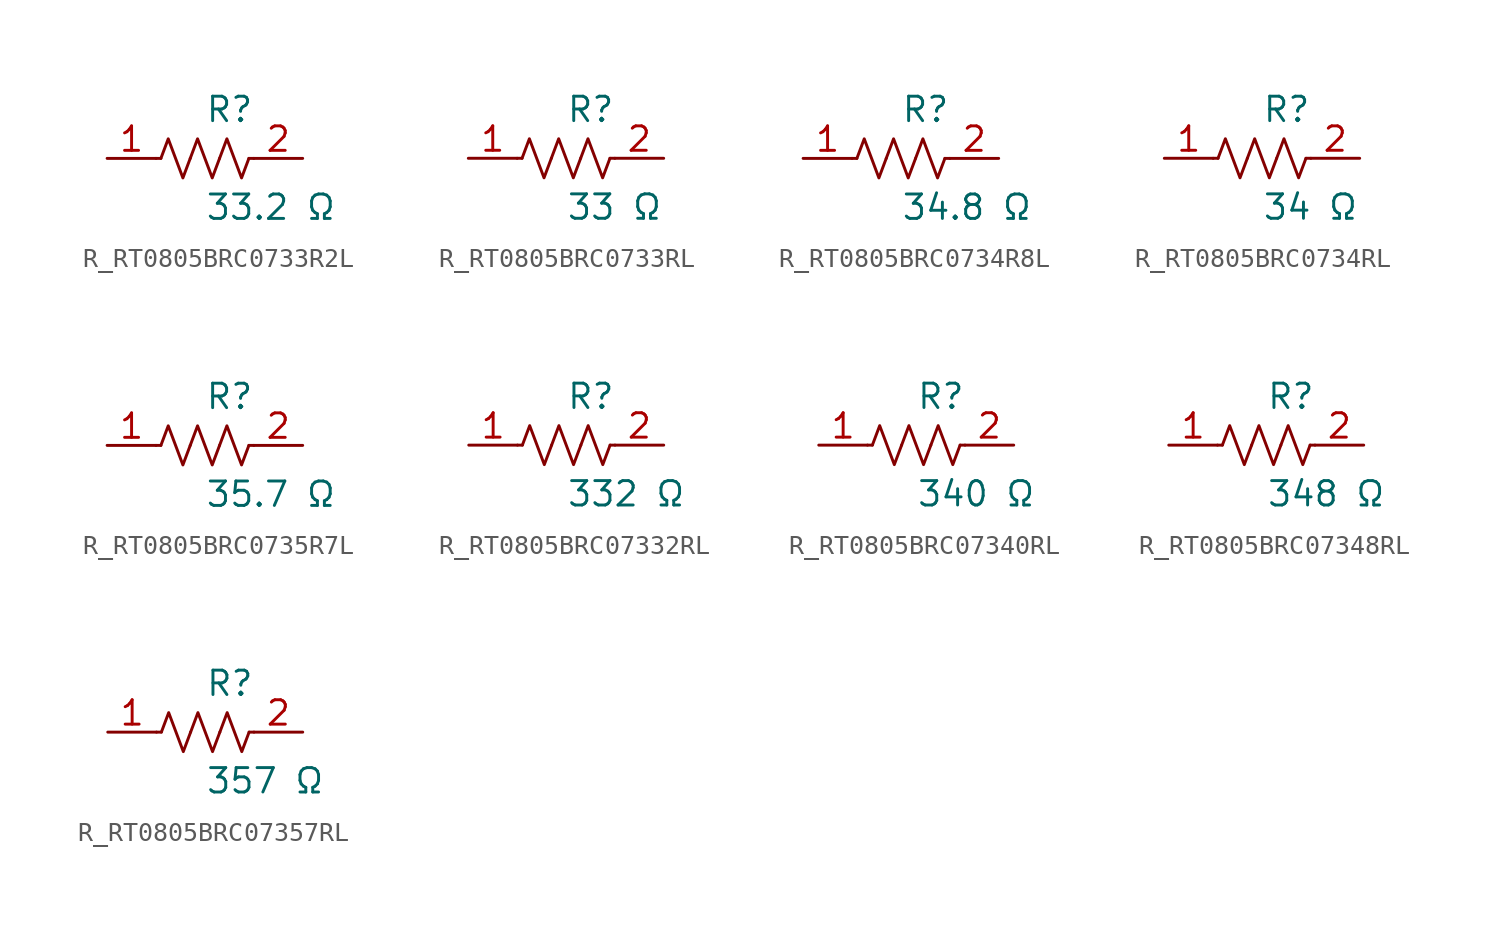
<source format=kicad_sym>
(kicad_symbol_lib
  (version 20231120)
  (generator kicad_symbol_editor)
  (generator_version 8.0)
  (symbol "R_RT0805BRC0733R2L"
    (pin_names
      (offset 0.254))
    (property "Reference" "R"
      (at 0.0 2.54 0)
      (effects (font (size 1.27 1.27)) (justify left)))
    (property "Value" "33.2 Ω"
      (at 0.0 -2.54 0)
      (effects (font (size 1.27 1.27)) (justify left)))
    (symbol "R_RT0805BRC0733R2L_0_1"
      (polyline (pts (xy 2.286 0) (xy 2.54 0)) (stroke (width 0) (type default)) (fill (type none)))
      (polyline (pts (xy -2.286 0) (xy -2.54 0)) (stroke (width 0) (type default)) (fill (type none)))
      (polyline (pts (xy 0.762 0) (xy 1.143 1.016) (xy 1.524 0) (xy 1.905 -1.016) (xy 2.286 0)) (stroke (width 0) (type default)) (fill (type none)))
      (polyline (pts (xy -0.762 0) (xy -0.381 1.016) (xy 0 0) (xy 0.381 -1.016) (xy 0.762 0)) (stroke (width 0) (type default)) (fill (type none)))
      (polyline (pts (xy -2.286 0) (xy -1.905 1.016) (xy -1.524 0) (xy -1.143 -1.016) (xy -0.762 0)) (stroke (width 0) (type default)) (fill (type none))))
    (pin unspecified line
      (at -5.08 0 0)
      (length 2.54)
      (name "" (effects (font (size 1.27 1.27))))
      (number "1" (effects (font (size 1.27 1.27)))))
    (pin unspecified line
      (at 5.08 0 180)
      (length 2.54)
      (name "" (effects (font (size 1.27 1.27))))
      (number "2" (effects (font (size 1.27 1.27))))))
  (symbol "R_RT0805BRC0733RL"
    (pin_names
      (offset 0.254))
    (property "Reference" "R"
      (at 0.0 2.54 0)
      (effects (font (size 1.27 1.27)) (justify left)))
    (property "Value" "33 Ω"
      (at 0.0 -2.54 0)
      (effects (font (size 1.27 1.27)) (justify left)))
    (symbol "R_RT0805BRC0733RL_0_1"
      (polyline (pts (xy 2.286 0) (xy 2.54 0)) (stroke (width 0) (type default)) (fill (type none)))
      (polyline (pts (xy -2.286 0) (xy -2.54 0)) (stroke (width 0) (type default)) (fill (type none)))
      (polyline (pts (xy 0.762 0) (xy 1.143 1.016) (xy 1.524 0) (xy 1.905 -1.016) (xy 2.286 0)) (stroke (width 0) (type default)) (fill (type none)))
      (polyline (pts (xy -0.762 0) (xy -0.381 1.016) (xy 0 0) (xy 0.381 -1.016) (xy 0.762 0)) (stroke (width 0) (type default)) (fill (type none)))
      (polyline (pts (xy -2.286 0) (xy -1.905 1.016) (xy -1.524 0) (xy -1.143 -1.016) (xy -0.762 0)) (stroke (width 0) (type default)) (fill (type none))))
    (pin unspecified line
      (at -5.08 0 0)
      (length 2.54)
      (name "" (effects (font (size 1.27 1.27))))
      (number "1" (effects (font (size 1.27 1.27)))))
    (pin unspecified line
      (at 5.08 0 180)
      (length 2.54)
      (name "" (effects (font (size 1.27 1.27))))
      (number "2" (effects (font (size 1.27 1.27))))))
  (symbol "R_RT0805BRC0734R8L"
    (pin_names
      (offset 0.254))
    (property "Reference" "R"
      (at 0.0 2.54 0)
      (effects (font (size 1.27 1.27)) (justify left)))
    (property "Value" "34.8 Ω"
      (at 0.0 -2.54 0)
      (effects (font (size 1.27 1.27)) (justify left)))
    (symbol "R_RT0805BRC0734R8L_0_1"
      (polyline (pts (xy 2.286 0) (xy 2.54 0)) (stroke (width 0) (type default)) (fill (type none)))
      (polyline (pts (xy -2.286 0) (xy -2.54 0)) (stroke (width 0) (type default)) (fill (type none)))
      (polyline (pts (xy 0.762 0) (xy 1.143 1.016) (xy 1.524 0) (xy 1.905 -1.016) (xy 2.286 0)) (stroke (width 0) (type default)) (fill (type none)))
      (polyline (pts (xy -0.762 0) (xy -0.381 1.016) (xy 0 0) (xy 0.381 -1.016) (xy 0.762 0)) (stroke (width 0) (type default)) (fill (type none)))
      (polyline (pts (xy -2.286 0) (xy -1.905 1.016) (xy -1.524 0) (xy -1.143 -1.016) (xy -0.762 0)) (stroke (width 0) (type default)) (fill (type none))))
    (pin unspecified line
      (at -5.08 0 0)
      (length 2.54)
      (name "" (effects (font (size 1.27 1.27))))
      (number "1" (effects (font (size 1.27 1.27)))))
    (pin unspecified line
      (at 5.08 0 180)
      (length 2.54)
      (name "" (effects (font (size 1.27 1.27))))
      (number "2" (effects (font (size 1.27 1.27))))))
  (symbol "R_RT0805BRC0734RL"
    (pin_names
      (offset 0.254))
    (property "Reference" "R"
      (at 0.0 2.54 0)
      (effects (font (size 1.27 1.27)) (justify left)))
    (property "Value" "34 Ω"
      (at 0.0 -2.54 0)
      (effects (font (size 1.27 1.27)) (justify left)))
    (symbol "R_RT0805BRC0734RL_0_1"
      (polyline (pts (xy 2.286 0) (xy 2.54 0)) (stroke (width 0) (type default)) (fill (type none)))
      (polyline (pts (xy -2.286 0) (xy -2.54 0)) (stroke (width 0) (type default)) (fill (type none)))
      (polyline (pts (xy 0.762 0) (xy 1.143 1.016) (xy 1.524 0) (xy 1.905 -1.016) (xy 2.286 0)) (stroke (width 0) (type default)) (fill (type none)))
      (polyline (pts (xy -0.762 0) (xy -0.381 1.016) (xy 0 0) (xy 0.381 -1.016) (xy 0.762 0)) (stroke (width 0) (type default)) (fill (type none)))
      (polyline (pts (xy -2.286 0) (xy -1.905 1.016) (xy -1.524 0) (xy -1.143 -1.016) (xy -0.762 0)) (stroke (width 0) (type default)) (fill (type none))))
    (pin unspecified line
      (at -5.08 0 0)
      (length 2.54)
      (name "" (effects (font (size 1.27 1.27))))
      (number "1" (effects (font (size 1.27 1.27)))))
    (pin unspecified line
      (at 5.08 0 180)
      (length 2.54)
      (name "" (effects (font (size 1.27 1.27))))
      (number "2" (effects (font (size 1.27 1.27))))))
  (symbol "R_RT0805BRC0735R7L"
    (pin_names
      (offset 0.254))
    (property "Reference" "R"
      (at 0.0 2.54 0)
      (effects (font (size 1.27 1.27)) (justify left)))
    (property "Value" "35.7 Ω"
      (at 0.0 -2.54 0)
      (effects (font (size 1.27 1.27)) (justify left)))
    (symbol "R_RT0805BRC0735R7L_0_1"
      (polyline (pts (xy 2.286 0) (xy 2.54 0)) (stroke (width 0) (type default)) (fill (type none)))
      (polyline (pts (xy -2.286 0) (xy -2.54 0)) (stroke (width 0) (type default)) (fill (type none)))
      (polyline (pts (xy 0.762 0) (xy 1.143 1.016) (xy 1.524 0) (xy 1.905 -1.016) (xy 2.286 0)) (stroke (width 0) (type default)) (fill (type none)))
      (polyline (pts (xy -0.762 0) (xy -0.381 1.016) (xy 0 0) (xy 0.381 -1.016) (xy 0.762 0)) (stroke (width 0) (type default)) (fill (type none)))
      (polyline (pts (xy -2.286 0) (xy -1.905 1.016) (xy -1.524 0) (xy -1.143 -1.016) (xy -0.762 0)) (stroke (width 0) (type default)) (fill (type none))))
    (pin unspecified line
      (at -5.08 0 0)
      (length 2.54)
      (name "" (effects (font (size 1.27 1.27))))
      (number "1" (effects (font (size 1.27 1.27)))))
    (pin unspecified line
      (at 5.08 0 180)
      (length 2.54)
      (name "" (effects (font (size 1.27 1.27))))
      (number "2" (effects (font (size 1.27 1.27))))))
  (symbol "R_RT0805BRC07332RL"
    (pin_names
      (offset 0.254))
    (property "Reference" "R"
      (at 0.0 2.54 0)
      (effects (font (size 1.27 1.27)) (justify left)))
    (property "Value" "332 Ω"
      (at 0.0 -2.54 0)
      (effects (font (size 1.27 1.27)) (justify left)))
    (symbol "R_RT0805BRC07332RL_0_1"
      (polyline (pts (xy 2.286 0) (xy 2.54 0)) (stroke (width 0) (type default)) (fill (type none)))
      (polyline (pts (xy -2.286 0) (xy -2.54 0)) (stroke (width 0) (type default)) (fill (type none)))
      (polyline (pts (xy 0.762 0) (xy 1.143 1.016) (xy 1.524 0) (xy 1.905 -1.016) (xy 2.286 0)) (stroke (width 0) (type default)) (fill (type none)))
      (polyline (pts (xy -0.762 0) (xy -0.381 1.016) (xy 0 0) (xy 0.381 -1.016) (xy 0.762 0)) (stroke (width 0) (type default)) (fill (type none)))
      (polyline (pts (xy -2.286 0) (xy -1.905 1.016) (xy -1.524 0) (xy -1.143 -1.016) (xy -0.762 0)) (stroke (width 0) (type default)) (fill (type none))))
    (pin unspecified line
      (at -5.08 0 0)
      (length 2.54)
      (name "" (effects (font (size 1.27 1.27))))
      (number "1" (effects (font (size 1.27 1.27)))))
    (pin unspecified line
      (at 5.08 0 180)
      (length 2.54)
      (name "" (effects (font (size 1.27 1.27))))
      (number "2" (effects (font (size 1.27 1.27))))))
  (symbol "R_RT0805BRC07340RL"
    (pin_names
      (offset 0.254))
    (property "Reference" "R"
      (at 0.0 2.54 0)
      (effects (font (size 1.27 1.27)) (justify left)))
    (property "Value" "340 Ω"
      (at 0.0 -2.54 0)
      (effects (font (size 1.27 1.27)) (justify left)))
    (symbol "R_RT0805BRC07340RL_0_1"
      (polyline (pts (xy 2.286 0) (xy 2.54 0)) (stroke (width 0) (type default)) (fill (type none)))
      (polyline (pts (xy -2.286 0) (xy -2.54 0)) (stroke (width 0) (type default)) (fill (type none)))
      (polyline (pts (xy 0.762 0) (xy 1.143 1.016) (xy 1.524 0) (xy 1.905 -1.016) (xy 2.286 0)) (stroke (width 0) (type default)) (fill (type none)))
      (polyline (pts (xy -0.762 0) (xy -0.381 1.016) (xy 0 0) (xy 0.381 -1.016) (xy 0.762 0)) (stroke (width 0) (type default)) (fill (type none)))
      (polyline (pts (xy -2.286 0) (xy -1.905 1.016) (xy -1.524 0) (xy -1.143 -1.016) (xy -0.762 0)) (stroke (width 0) (type default)) (fill (type none))))
    (pin unspecified line
      (at -5.08 0 0)
      (length 2.54)
      (name "" (effects (font (size 1.27 1.27))))
      (number "1" (effects (font (size 1.27 1.27)))))
    (pin unspecified line
      (at 5.08 0 180)
      (length 2.54)
      (name "" (effects (font (size 1.27 1.27))))
      (number "2" (effects (font (size 1.27 1.27))))))
  (symbol "R_RT0805BRC07348RL"
    (pin_names
      (offset 0.254))
    (property "Reference" "R"
      (at 0.0 2.54 0)
      (effects (font (size 1.27 1.27)) (justify left)))
    (property "Value" "348 Ω"
      (at 0.0 -2.54 0)
      (effects (font (size 1.27 1.27)) (justify left)))
    (symbol "R_RT0805BRC07348RL_0_1"
      (polyline (pts (xy 2.286 0) (xy 2.54 0)) (stroke (width 0) (type default)) (fill (type none)))
      (polyline (pts (xy -2.286 0) (xy -2.54 0)) (stroke (width 0) (type default)) (fill (type none)))
      (polyline (pts (xy 0.762 0) (xy 1.143 1.016) (xy 1.524 0) (xy 1.905 -1.016) (xy 2.286 0)) (stroke (width 0) (type default)) (fill (type none)))
      (polyline (pts (xy -0.762 0) (xy -0.381 1.016) (xy 0 0) (xy 0.381 -1.016) (xy 0.762 0)) (stroke (width 0) (type default)) (fill (type none)))
      (polyline (pts (xy -2.286 0) (xy -1.905 1.016) (xy -1.524 0) (xy -1.143 -1.016) (xy -0.762 0)) (stroke (width 0) (type default)) (fill (type none))))
    (pin unspecified line
      (at -5.08 0 0)
      (length 2.54)
      (name "" (effects (font (size 1.27 1.27))))
      (number "1" (effects (font (size 1.27 1.27)))))
    (pin unspecified line
      (at 5.08 0 180)
      (length 2.54)
      (name "" (effects (font (size 1.27 1.27))))
      (number "2" (effects (font (size 1.27 1.27))))))
  (symbol "R_RT0805BRC07357RL"
    (pin_names
      (offset 0.254))
    (property "Reference" "R"
      (at 0.0 2.54 0)
      (effects (font (size 1.27 1.27)) (justify left)))
    (property "Value" "357 Ω"
      (at 0.0 -2.54 0)
      (effects (font (size 1.27 1.27)) (justify left)))
    (symbol "R_RT0805BRC07357RL_0_1"
      (polyline (pts (xy 2.286 0) (xy 2.54 0)) (stroke (width 0) (type default)) (fill (type none)))
      (polyline (pts (xy -2.286 0) (xy -2.54 0)) (stroke (width 0) (type default)) (fill (type none)))
      (polyline (pts (xy 0.762 0) (xy 1.143 1.016) (xy 1.524 0) (xy 1.905 -1.016) (xy 2.286 0)) (stroke (width 0) (type default)) (fill (type none)))
      (polyline (pts (xy -0.762 0) (xy -0.381 1.016) (xy 0 0) (xy 0.381 -1.016) (xy 0.762 0)) (stroke (width 0) (type default)) (fill (type none)))
      (polyline (pts (xy -2.286 0) (xy -1.905 1.016) (xy -1.524 0) (xy -1.143 -1.016) (xy -0.762 0)) (stroke (width 0) (type default)) (fill (type none))))
    (pin unspecified line
      (at -5.08 0 0)
      (length 2.54)
      (name "" (effects (font (size 1.27 1.27))))
      (number "1" (effects (font (size 1.27 1.27)))))
    (pin unspecified line
      (at 5.08 0 180)
      (length 2.54)
      (name "" (effects (font (size 1.27 1.27))))
      (number "2" (effects (font (size 1.27 1.27)))))))
</source>
